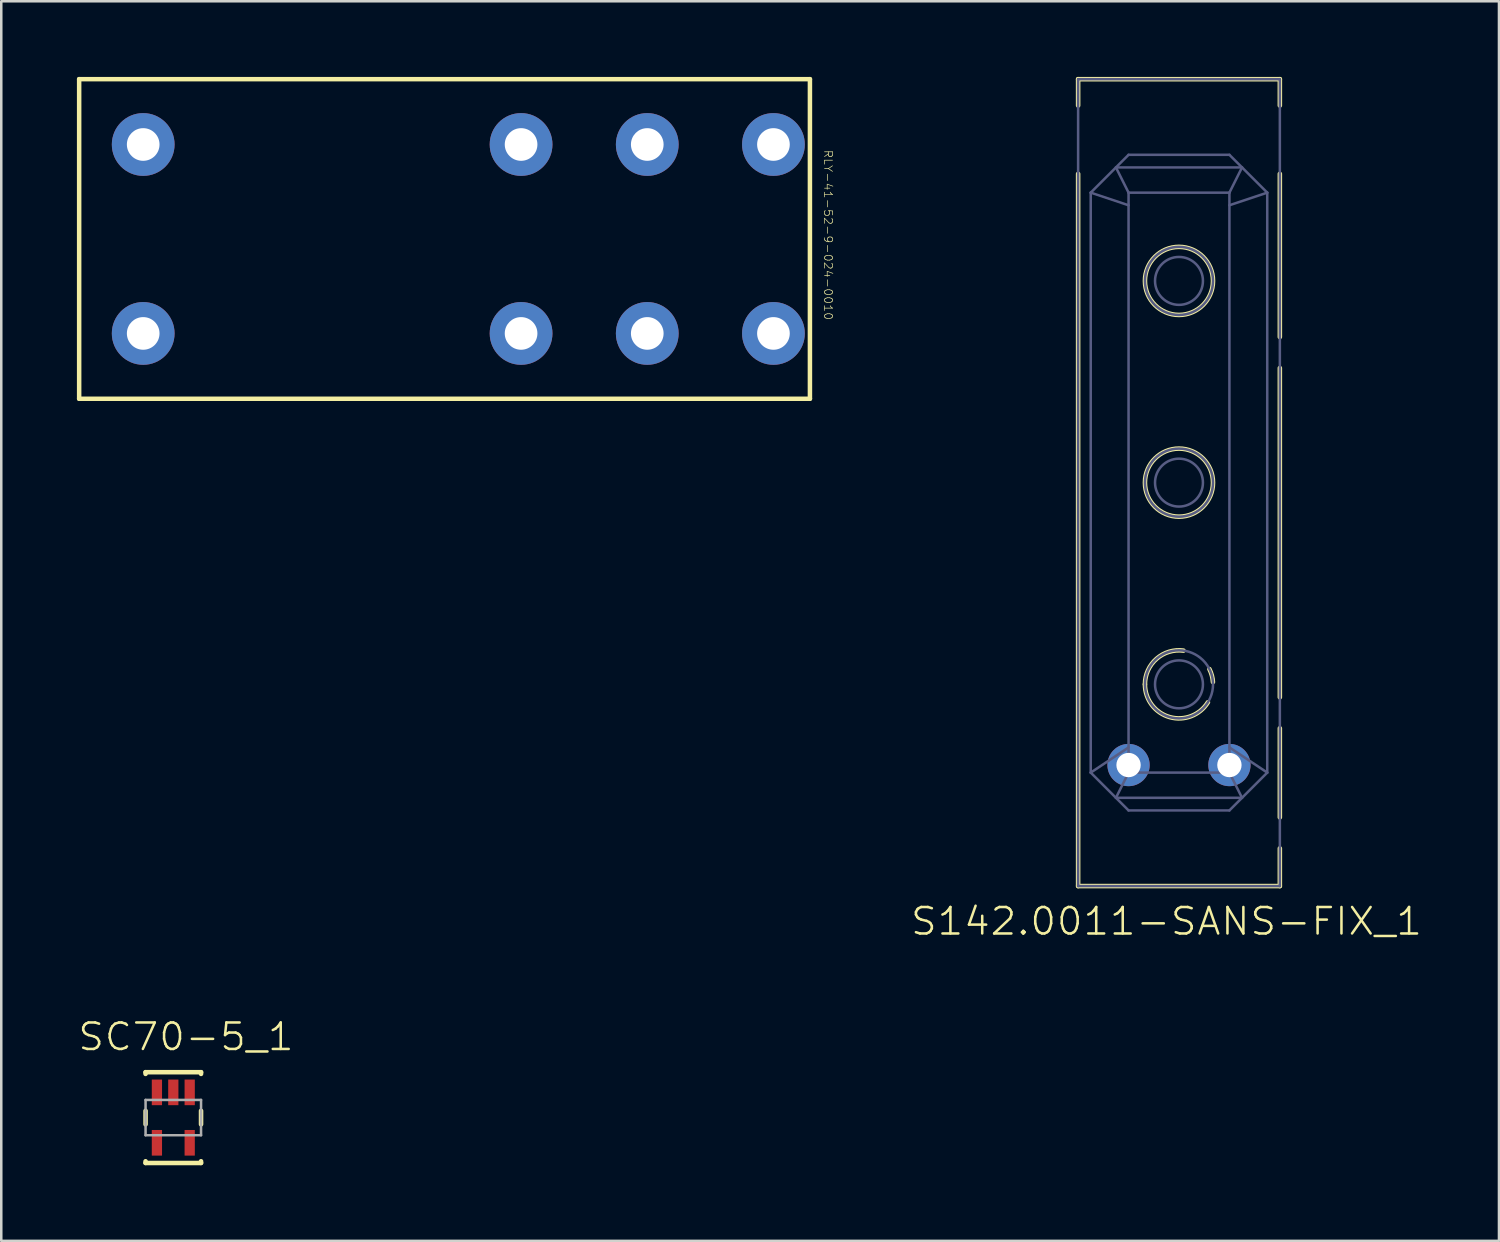
<source format=kicad_pcb>
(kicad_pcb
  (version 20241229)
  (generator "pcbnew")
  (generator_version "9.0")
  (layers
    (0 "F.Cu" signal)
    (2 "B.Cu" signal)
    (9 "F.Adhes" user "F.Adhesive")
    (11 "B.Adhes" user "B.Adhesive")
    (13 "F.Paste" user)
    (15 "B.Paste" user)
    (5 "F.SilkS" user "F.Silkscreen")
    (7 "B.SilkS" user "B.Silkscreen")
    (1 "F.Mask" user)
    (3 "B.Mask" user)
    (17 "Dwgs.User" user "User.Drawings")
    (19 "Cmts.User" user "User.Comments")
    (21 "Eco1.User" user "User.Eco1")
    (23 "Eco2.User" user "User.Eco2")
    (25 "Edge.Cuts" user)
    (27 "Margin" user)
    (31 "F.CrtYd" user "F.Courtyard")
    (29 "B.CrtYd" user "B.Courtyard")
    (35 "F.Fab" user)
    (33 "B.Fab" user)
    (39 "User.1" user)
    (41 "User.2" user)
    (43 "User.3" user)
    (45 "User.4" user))
  (footprint "S142.0011-SANS-FIX_1"
    (layer "F.Cu")
    (at 43.706 16.09)
    (property "Reference" "S142.0011-SANS-FIX_1" (at -0.496 17.398 0) (unlocked yes) (layer "F.SilkS") (effects (font (size 1.05 1.104) (thickness 0.1))))
    (attr smd)
    (fp_line (start -4 -16) (end -4 -14.954) (stroke (width 0.18) (type solid)) (layer "F.SilkS"))
    (fp_line (start -4 -12.246) (end -4 16) (stroke (width 0.18) (type solid)) (layer "F.SilkS"))
    (fp_line (start 4 -16) (end -4 -16) (stroke (width 0.18) (type solid)) (layer "F.SilkS"))
    (fp_line (start 4 -16) (end 4 -14.954) (stroke (width 0.18) (type solid)) (layer "F.SilkS"))
    (fp_line (start 4 -12.246) (end 4 -5.774) (stroke (width 0.18) (type solid)) (layer "F.SilkS"))
    (fp_line (start 4 -4.546) (end 4 8.514) (stroke (width 0.18) (type solid)) (layer "F.SilkS"))
    (fp_line (start 4 9.741) (end 4 13.276) (stroke (width 0.18) (type solid)) (layer "F.SilkS"))
    (fp_line (start 4 14.504) (end 4 16) (stroke (width 0.18) (type solid)) (layer "F.SilkS"))
    (fp_line (start 4 16) (end -4 16) (stroke (width 0.18) (type solid)) (layer "F.SilkS"))
    (fp_arc (start -1.35 -8) (mid 1.35 -8) (end -1.35 -8) (stroke (width 0.18) (type solid)) (layer "F.SilkS"))
    (fp_arc (start -1.35 0) (mid 1.35 0) (end -1.35 0) (stroke (width 0.18) (type solid)) (layer "F.SilkS"))
    (fp_arc (start -1.35 8) (mid -0.889231 6.98424) (end 0.178546 6.661859) (stroke (width 0.18) (type solid)) (layer "F.SilkS"))
    (fp_arc (start 1.148595 8.709387) (mid -0.368712 9.298673) (end -1.35 8) (stroke (width 0.18) (type solid)) (layer "F.SilkS"))
    (fp_arc (start 1.207108 7.395525) (mid 1.302463 7.644908) (end 1.346874 7.908179) (stroke (width 0.18) (type solid)) (layer "F.SilkS"))
    (fp_line (start -4 -16) (end -4 16) (stroke (width 0.1) (type solid)) (layer "B.Fab"))
    (fp_line (start -3.5 -11.5) (end -3.5 11.5) (stroke (width 0.1) (type solid)) (layer "B.Fab"))
    (fp_line (start -2 -13) (end -3.5 -11.5) (stroke (width 0.1) (type solid)) (layer "B.Fab"))
    (fp_line (start -2 -11.5) (end -2.5 -12.5) (stroke (width 0.1) (type solid)) (layer "B.Fab"))
    (fp_line (start -2 -11.5) (end -2 11.5) (stroke (width 0.1) (type solid)) (layer "B.Fab"))
    (fp_line (start -2 -11) (end -3.5 -11.5) (stroke (width 0.1) (type solid)) (layer "B.Fab"))
    (fp_line (start -2 10.5) (end -3.5 11.5) (stroke (width 0.1) (type solid)) (layer "B.Fab"))
    (fp_line (start -2 11.5) (end -2.5 12.5) (stroke (width 0.1) (type solid)) (layer "B.Fab"))
    (fp_line (start -2 13) (end -3.5 11.5) (stroke (width 0.1) (type solid)) (layer "B.Fab"))
    (fp_line (start 2 -13) (end -2 -13) (stroke (width 0.1) (type solid)) (layer "B.Fab"))
    (fp_line (start 2 -11.5) (end -2 -11.5) (stroke (width 0.1) (type solid)) (layer "B.Fab"))
    (fp_line (start 2 -11.5) (end 2 11.5) (stroke (width 0.1) (type solid)) (layer "B.Fab"))
    (fp_line (start 2 11.5) (end -2 11.5) (stroke (width 0.1) (type solid)) (layer "B.Fab"))
    (fp_line (start 2 13) (end -2 13) (stroke (width 0.1) (type solid)) (layer "B.Fab"))
    (fp_line (start 2.5 -12.5) (end -2.5 -12.5) (stroke (width 0.1) (type solid)) (layer "B.Fab"))
    (fp_line (start 2.5 -12.5) (end 2 -11.5) (stroke (width 0.1) (type solid)) (layer "B.Fab"))
    (fp_line (start 2.5 12.5) (end -2.5 12.5) (stroke (width 0.1) (type solid)) (layer "B.Fab"))
    (fp_line (start 2.5 12.5) (end 2 11.5) (stroke (width 0.1) (type solid)) (layer "B.Fab"))
    (fp_line (start 3.5 -11.5) (end 2 -13) (stroke (width 0.1) (type solid)) (layer "B.Fab"))
    (fp_line (start 3.5 -11.5) (end 2 -11) (stroke (width 0.1) (type solid)) (layer "B.Fab"))
    (fp_line (start 3.5 -11.5) (end 3.5 11.5) (stroke (width 0.1) (type solid)) (layer "B.Fab"))
    (fp_line (start 3.5 11.5) (end 2 10.5) (stroke (width 0.1) (type solid)) (layer "B.Fab"))
    (fp_line (start 3.5 11.5) (end 2 13) (stroke (width 0.1) (type solid)) (layer "B.Fab"))
    (fp_line (start 4 -16) (end -4 -16) (stroke (width 0.1) (type solid)) (layer "B.Fab"))
    (fp_line (start 4 -16) (end 4 16) (stroke (width 0.1) (type solid)) (layer "B.Fab"))
    (fp_line (start 4 16) (end -4 16) (stroke (width 0.1) (type solid)) (layer "B.Fab"))
    (fp_arc (start -1.35 -8) (mid 1.35 -8) (end -1.35 -8) (stroke (width 0.1) (type solid)) (layer "B.Fab"))
    (fp_arc (start -1.35 0) (mid 1.35 0) (end -1.35 0) (stroke (width 0.1) (type solid)) (layer "B.Fab"))
    (fp_arc (start -1.35 8) (mid 1.35 8) (end -1.35 8) (stroke (width 0.1) (type solid)) (layer "B.Fab"))
    (fp_arc (start -0.95 -8) (mid 0.95 -8) (end -0.95 -8) (stroke (width 0.1) (type solid)) (layer "B.Fab"))
    (fp_arc (start -0.95 0) (mid 0.95 0) (end -0.95 0) (stroke (width 0.1) (type solid)) (layer "B.Fab"))
    (fp_arc (start -0.95 8) (mid 0.95 8) (end -0.95 8) (stroke (width 0.1) (type solid)) (layer "B.Fab"))
    (pad "1" thru_hole circle (at 2 11.2 180) (size 1.676 1.676) (drill 0.965) (layers "*.Cu" "*.Mask"))
    (pad "2" thru_hole circle (at -2 11.2 180) (size 1.676 1.676) (drill 0.965) (layers "*.Cu" "*.Mask")))
  (footprint "SC70-5_1"
    (layer "F.Cu")
    (at 3.823 41.271)
    (property "Reference" "SC70-5_1" (at 0.501 -3.203 0) (unlocked yes) (layer "F.SilkS") (effects (font (size 1.05 1.104) (thickness 0.1))))
    (attr smd)
    (fp_line (start -1.1 -1.8) (end 1.1 -1.8) (stroke (width 0.18) (type solid)) (layer "F.SilkS"))
    (fp_line (start -1.1 -1.732) (end -1.1 -1.8) (stroke (width 0.18) (type solid)) (layer "F.SilkS"))
    (fp_line (start -1.1 0.268) (end -1.1 -0.268) (stroke (width 0.18) (type solid)) (layer "F.SilkS"))
    (fp_line (start -1.1 1.8) (end -1.1 1.732) (stroke (width 0.18) (type solid)) (layer "F.SilkS"))
    (fp_line (start -1.1 1.8) (end 1.1 1.8) (stroke (width 0.18) (type solid)) (layer "F.SilkS"))
    (fp_line (start 1.1 -1.732) (end 1.1 -1.8) (stroke (width 0.18) (type solid)) (layer "F.SilkS"))
    (fp_line (start 1.1 0.268) (end 1.1 -0.268) (stroke (width 0.18) (type solid)) (layer "F.SilkS"))
    (fp_line (start 1.1 1.8) (end 1.1 1.732) (stroke (width 0.18) (type solid)) (layer "F.SilkS"))
    (fp_line (start -1.1 -0.7) (end 1.1 -0.7) (stroke (width 0.1) (type solid)) (layer "F.Fab"))
    (fp_line (start -1.1 0.7) (end -1.1 -0.7) (stroke (width 0.1) (type solid)) (layer "F.Fab"))
    (fp_line (start -1.1 0.7) (end 1.1 0.7) (stroke (width 0.1) (type solid)) (layer "F.Fab"))
    (fp_line (start -0.75 -1.2) (end -0.55 -1.2) (stroke (width 0.00003) (type solid)) (layer "F.Fab"))
    (fp_line (start -0.75 -0.7) (end -0.75 -1.2) (stroke (width 0.00003) (type solid)) (layer "F.Fab"))
    (fp_line (start -0.75 -0.7) (end -0.55 -0.7) (stroke (width 0.00003) (type solid)) (layer "F.Fab"))
    (fp_line (start -0.75 0.7) (end -0.55 0.7) (stroke (width 0.00003) (type solid)) (layer "F.Fab"))
    (fp_line (start -0.75 1.2) (end -0.75 0.7) (stroke (width 0.00003) (type solid)) (layer "F.Fab"))
    (fp_line (start -0.75 1.2) (end -0.55 1.2) (stroke (width 0.00003) (type solid)) (layer "F.Fab"))
    (fp_line (start -0.55 -0.7) (end -0.55 -1.2) (stroke (width 0.00003) (type solid)) (layer "F.Fab"))
    (fp_line (start -0.55 1.2) (end -0.55 0.7) (stroke (width 0.00003) (type solid)) (layer "F.Fab"))
    (fp_line (start -0.1 -1.2) (end 0.1 -1.2) (stroke (width 0.00003) (type solid)) (layer "F.Fab"))
    (fp_line (start -0.1 -0.7) (end -0.1 -1.2) (stroke (width 0.00003) (type solid)) (layer "F.Fab"))
    (fp_line (start -0.1 -0.7) (end 0.1 -0.7) (stroke (width 0.00003) (type solid)) (layer "F.Fab"))
    (fp_line (start 0.1 -0.7) (end 0.1 -1.2) (stroke (width 0.00003) (type solid)) (layer "F.Fab"))
    (fp_line (start 0.55 -1.2) (end 0.75 -1.2) (stroke (width 0.00003) (type solid)) (layer "F.Fab"))
    (fp_line (start 0.55 -0.7) (end 0.55 -1.2) (stroke (width 0.00003) (type solid)) (layer "F.Fab"))
    (fp_line (start 0.55 -0.7) (end 0.75 -0.7) (stroke (width 0.00003) (type solid)) (layer "F.Fab"))
    (fp_line (start 0.55 0.7) (end 0.75 0.7) (stroke (width 0.00003) (type solid)) (layer "F.Fab"))
    (fp_line (start 0.55 1.2) (end 0.55 0.7) (stroke (width 0.00003) (type solid)) (layer "F.Fab"))
    (fp_line (start 0.55 1.2) (end 0.75 1.2) (stroke (width 0.00003) (type solid)) (layer "F.Fab"))
    (fp_line (start 0.75 -0.7) (end 0.75 -1.2) (stroke (width 0.00003) (type solid)) (layer "F.Fab"))
    (fp_line (start 0.75 1.2) (end 0.75 0.7) (stroke (width 0.00003) (type solid)) (layer "F.Fab"))
    (fp_line (start 1.1 0.7) (end 1.1 -0.7) (stroke (width 0.1) (type solid)) (layer "F.Fab"))
    (pad "1" smd rect (at 0.65 -1) (size 0.406 1.016) (layers "F.Cu" "F.Mask" "F.Paste"))
    (pad "2" smd rect (at 0 -1) (size 0.406 1.016) (layers "F.Cu" "F.Mask" "F.Paste"))
    (pad "3" smd rect (at -0.65 -1) (size 0.406 1.016) (layers "F.Cu" "F.Mask" "F.Paste"))
    (pad "4" smd rect (at -0.65 1) (size 0.406 1.016) (layers "F.Cu" "F.Mask" "F.Paste"))
    (pad "5" smd rect (at 0.65 1) (size 0.406 1.016) (layers "F.Cu" "F.Mask" "F.Paste")))
  (footprint "RLY-41-52-9-024-0010"
    (layer "F.Cu")
    (at 2.629 10.173)
    (property "Reference" "RLY-41-52-9-024-0010" (at 27.165 -3.905 270) (unlocked yes) (layer "F.SilkS") (effects (font (size 0.317 0.333) (thickness 0.025))))
    (attr smd)
    (fp_line (start -2.54 -10.084) (end 26.441 -10.084) (stroke (width 0.178) (type solid)) (layer "F.SilkS"))
    (fp_line (start -2.54 2.591) (end -2.54 -10.084) (stroke (width 0.178) (type solid)) (layer "F.SilkS"))
    (fp_line (start -2.54 2.591) (end 26.441 2.591) (stroke (width 0.178) (type solid)) (layer "F.SilkS"))
    (fp_line (start 26.441 2.591) (end 26.441 -10.084) (stroke (width 0.178) (type solid)) (layer "F.SilkS"))
    (pad "11" thru_hole circle (at 19.99 0) (size 2.489 2.489) (drill 1.295) (layers "*.Cu" "*.Mask"))
    (pad "12" thru_hole circle (at 14.986 0) (size 2.489 2.489) (drill 1.295) (layers "*.Cu" "*.Mask"))
    (pad "14" thru_hole circle (at 24.994 0) (size 2.489 2.489) (drill 1.295) (layers "*.Cu" "*.Mask"))
    (pad "21" thru_hole circle (at 19.99 -7.493) (size 2.489 2.489) (drill 1.295) (layers "*.Cu" "*.Mask"))
    (pad "22" thru_hole circle (at 14.986 -7.493) (size 2.489 2.489) (drill 1.295) (layers "*.Cu" "*.Mask"))
    (pad "24" thru_hole circle (at 24.994 -7.493) (size 2.489 2.489) (drill 1.295) (layers "*.Cu" "*.Mask"))
    (pad "A1" thru_hole circle (at 0 0) (size 2.489 2.489) (drill 1.295) (layers "*.Cu" "*.Mask"))
    (pad "A2" thru_hole circle (at 0 -7.493) (size 2.489 2.489) (drill 1.295) (layers "*.Cu" "*.Mask")))
  (gr_rect
    (start -3 -3)
    (end 56.396 46.161)
    (stroke (width 0.1) (type default))
    (fill no)
    (layer "Edge.Cuts")))
</source>
